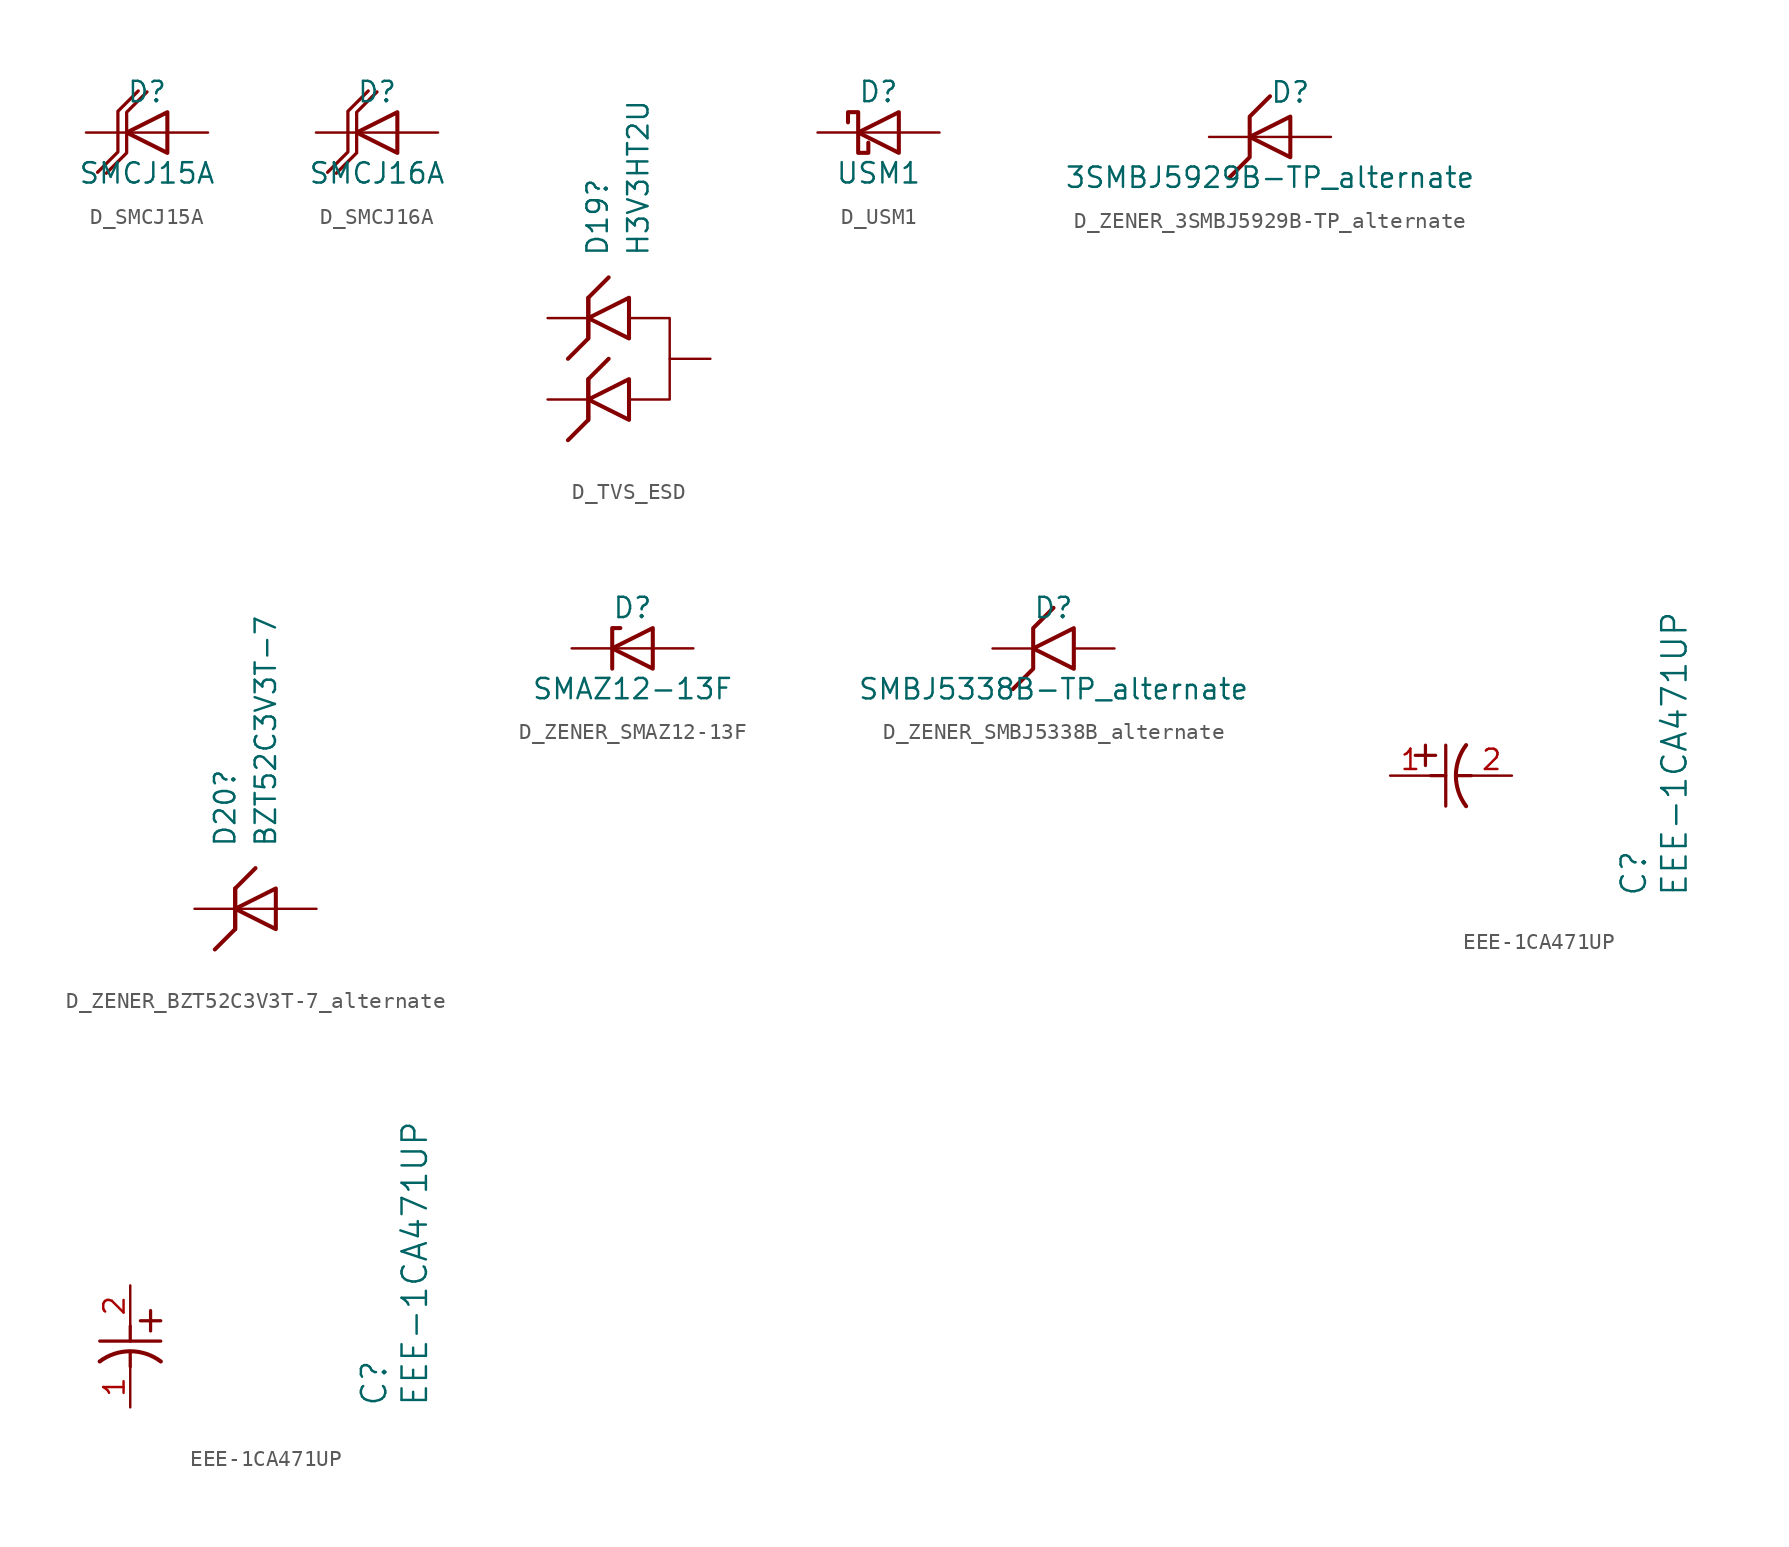
<source format=kicad_sym>
(kicad_symbol_lib
  (version 20241209)
  (generator "kicad_symbol_editor")
  (generator_version "9.0")
  (symbol "D_SMCJ15A"
    (pin_numbers
      (hide yes))
    (pin_names
      (offset 1.016)
      (hide yes))
    (property "Reference" "D"
      (at 0 2.54 0)
      (effects (font (size 1.27 1.27))))
    (property "Value" "SMCJ15A"
      (at 0 -2.54 0)
      (effects (font (size 1.27 1.27))))
    (symbol "D_SMCJ15A_0_1"
      (polyline (pts (xy 1.27 0) (xy -1.27 0)) (stroke (width 0) (type default)) (fill (type none)))
      (polyline (pts (xy 1.27 -1.27) (xy 1.27 1.27) (xy -1.27 0) (xy 1.27 -1.27)) (stroke (width 0.254) (type default)) (fill (type none))))
    (symbol "D_SMCJ15A_1_1"
      (polyline (pts (xy -0.547 2.598) (xy -1.817 1.328) (xy -1.817 0.058) (xy -1.817 -1.212) (xy -3.087 -2.482)) (stroke (width 0.203) (type solid)) (fill (type none)))
      (polyline (pts (xy 0 2.54) (xy -1.27 1.27) (xy -1.27 0) (xy -1.27 -1.27) (xy -2.54 -2.54)) (stroke (width 0.203) (type solid)) (fill (type none)))
      (pin passive line (at -3.81 0 0) (length 2.54) (name "K" (effects (font (size 1.27 1.27)))) (number "1" (effects (font (size 1.27 1.27)))))
      (pin passive line (at 3.81 0 180) (length 2.54) (name "A" (effects (font (size 1.27 1.27)))) (number "2" (effects (font (size 1.27 1.27)))))))
  (symbol "D_SMCJ16A"
    (pin_numbers
      (hide yes))
    (pin_names
      (offset 1.016)
      (hide yes))
    (property "Reference" "D"
      (at 0 2.54 0)
      (effects (font (size 1.27 1.27))))
    (property "Value" "SMCJ16A"
      (at 0 -2.54 0)
      (effects (font (size 1.27 1.27))))
    (symbol "D_SMCJ16A_0_1"
      (polyline (pts (xy 1.27 0) (xy -1.27 0)) (stroke (width 0) (type default)) (fill (type none)))
      (polyline (pts (xy 1.27 -1.27) (xy 1.27 1.27) (xy -1.27 0) (xy 1.27 -1.27)) (stroke (width 0.254) (type default)) (fill (type none))))
    (symbol "D_SMCJ16A_1_1"
      (polyline (pts (xy -0.547 2.598) (xy -1.817 1.328) (xy -1.817 0.058) (xy -1.817 -1.212) (xy -3.087 -2.482)) (stroke (width 0.203) (type solid)) (fill (type none)))
      (polyline (pts (xy 0 2.54) (xy -1.27 1.27) (xy -1.27 0) (xy -1.27 -1.27) (xy -2.54 -2.54)) (stroke (width 0.203) (type solid)) (fill (type none)))
      (pin passive line (at -3.81 0 0) (length 2.54) (name "K" (effects (font (size 1.27 1.27)))) (number "1" (effects (font (size 1.27 1.27)))))
      (pin passive line (at 3.81 0 180) (length 2.54) (name "A" (effects (font (size 1.27 1.27)))) (number "2" (effects (font (size 1.27 1.27)))))))
  (symbol "D_TVS_ESD"
    (pin_numbers
      (hide yes))
    (pin_names
      (offset 1.016)
      (hide yes))
    (property "Reference" "D19"
      (at -0.699 6.35 90)
      (effects (font (size 1.27 1.27)) (justify left)))
    (property "Value" "H3V3HT2U"
      (at 1.841 6.35 90)
      (effects (font (size 1.27 1.27)) (justify left)))
    (symbol "D_TVS_ESD_0_1"
      (polyline (pts (xy -1.27 3.81) (xy -1.27 1.27) (xy -2.54 0)) (stroke (width 0.254) (type default)) (fill (type none)))
      (polyline (pts (xy -1.27 1.27) (xy -1.27 3.81) (xy 0 5.08)) (stroke (width 0.254) (type default)) (fill (type none)))
      (polyline (pts (xy -1.27 -1.27) (xy -1.27 -3.81) (xy -2.54 -5.08)) (stroke (width 0.254) (type default)) (fill (type none)))
      (polyline (pts (xy -1.27 -3.81) (xy -1.27 -1.27) (xy 0 0)) (stroke (width 0.254) (type default)) (fill (type none)))
      (polyline (pts (xy 1.27 2.54) (xy 3.81 2.54) (xy 3.81 -2.54) (xy 1.27 -2.54)) (stroke (width 0) (type default)) (fill (type none)))
      (polyline (pts (xy 1.27 1.27) (xy 1.27 3.81) (xy -1.27 2.54) (xy 1.27 1.27)) (stroke (width 0.254) (type default)) (fill (type none)))
      (polyline (pts (xy 1.27 -3.81) (xy 1.27 -1.27) (xy -1.27 -2.54) (xy 1.27 -3.81)) (stroke (width 0.254) (type default)) (fill (type none))))
    (symbol "D_TVS_ESD_1_1"
      (pin passive line (at -3.81 2.54 0) (length 2.54) (name "~" (effects (font (size 1.27 1.27)))) (number "1" (effects (font (size 1.27 1.27)))))
      (pin passive line (at -3.81 -2.54 0) (length 2.54) (name "~" (effects (font (size 1.27 1.27)))) (number "2" (effects (font (size 1.27 1.27)))))
      (pin passive line (at 6.35 0 180) (length 2.54) (name "~" (effects (font (size 1.27 1.27)))) (number "3" (effects (font (size 1.27 1.27)))))))
  (symbol "D_USM1"
    (pin_numbers
      (hide yes))
    (pin_names
      (offset 1.016)
      (hide yes))
    (property "Reference" "D"
      (at 0 2.54 0)
      (effects (font (size 1.27 1.27))))
    (property "Value" "USM1"
      (at 0 -2.54 0)
      (effects (font (size 1.27 1.27))))
    (symbol "D_USM1_0_1"
      (polyline (pts (xy -1.905 0.635) (xy -1.905 1.27) (xy -1.27 1.27) (xy -1.27 -1.27) (xy -0.635 -1.27) (xy -0.635 -0.635)) (stroke (width 0.254) (type default)) (fill (type none)))
      (polyline (pts (xy 1.27 1.27) (xy 1.27 -1.27) (xy -1.27 0) (xy 1.27 1.27)) (stroke (width 0.254) (type default)) (fill (type none)))
      (polyline (pts (xy 1.27 0) (xy -1.27 0)) (stroke (width 0) (type default)) (fill (type none))))
    (symbol "D_USM1_1_1"
      (pin passive line (at -3.81 0 0) (length 2.54) (name "K" (effects (font (size 1.27 1.27)))) (number "1" (effects (font (size 1.27 1.27)))))
      (pin passive line (at 3.81 0 180) (length 2.54) (name "A" (effects (font (size 1.27 1.27)))) (number "2" (effects (font (size 1.27 1.27)))))))
  (symbol "D_ZENER_3SMBJ5929B-TP_alternate"
    (pin_numbers
      (hide yes))
    (pin_names
      (offset 1.016)
      (hide yes))
    (property "Reference" "D"
      (at 1.27 2.794 0)
      (effects (font (size 1.27 1.27))))
    (property "Value" "3SMBJ5929B-TP_alternate"
      (at 0 -2.54 0)
      (effects (font (size 1.27 1.27))))
    (symbol "D_ZENER_3SMBJ5929B-TP_alternate_0_1"
      (polyline (pts (xy 1.27 0) (xy -1.27 0)) (stroke (width 0) (type default)) (fill (type none)))
      (polyline (pts (xy 1.27 -1.27) (xy 1.27 1.27) (xy -1.27 0) (xy 1.27 -1.27)) (stroke (width 0.254) (type default)) (fill (type none))))
    (symbol "D_ZENER_3SMBJ5929B-TP_alternate_1_1"
      (polyline (pts (xy 0 2.54) (xy -1.27 1.27) (xy -1.27 0) (xy -1.27 -1.27) (xy -2.54 -2.54)) (stroke (width 0.254) (type solid)) (fill (type none)))
      (pin passive line (at -3.81 0 0) (length 2.54) (name "K" (effects (font (size 1.27 1.27)))) (number "1" (effects (font (size 1.27 1.27)))))
      (pin passive line (at 3.81 0 180) (length 2.54) (name "A" (effects (font (size 1.27 1.27)))) (number "2" (effects (font (size 1.27 1.27)))))))
  (symbol "D_ZENER_BZT52C3V3T-7_alternate"
    (pin_numbers
      (hide yes))
    (pin_names
      (offset 1.016)
      (hide yes))
    (property "Reference" "D20"
      (at -1.905 3.81 90)
      (effects (font (size 1.27 1.27)) (justify left)))
    (property "Value" "BZT52C3V3T-7"
      (at 0.635 3.81 90)
      (effects (font (size 1.27 1.27)) (justify left)))
    (symbol "D_ZENER_BZT52C3V3T-7_alternate_0_1"
      (polyline (pts (xy -1.27 1.27) (xy -1.27 -1.27) (xy -2.54 -2.54)) (stroke (width 0.254) (type default)) (fill (type none)))
      (polyline (pts (xy -1.27 -1.27) (xy -1.27 1.27) (xy 0 2.54)) (stroke (width 0.254) (type default)) (fill (type none)))
      (polyline (pts (xy 1.27 0) (xy -1.27 0)) (stroke (width 0) (type default)) (fill (type none)))
      (polyline (pts (xy 1.27 -1.27) (xy 1.27 1.27) (xy -1.27 0) (xy 1.27 -1.27)) (stroke (width 0.254) (type default)) (fill (type none))))
    (symbol "D_ZENER_BZT52C3V3T-7_alternate_1_1"
      (pin passive line (at -3.81 0 0) (length 2.54) (name "K" (effects (font (size 1.27 1.27)))) (number "1" (effects (font (size 1.27 1.27)))))
      (pin passive line (at 3.81 0 180) (length 2.54) (name "A" (effects (font (size 1.27 1.27)))) (number "2" (effects (font (size 1.27 1.27)))))))
  (symbol "D_ZENER_SMAZ12-13F"
    (pin_numbers
      (hide yes))
    (pin_names
      (offset 1.016)
      (hide yes))
    (property "Reference" "D"
      (at 0 2.54 0)
      (effects (font (size 1.27 1.27))))
    (property "Value" "SMAZ12-13F"
      (at 0 -2.54 0)
      (effects (font (size 1.27 1.27))))
    (symbol "D_ZENER_SMAZ12-13F_0_1"
      (polyline (pts (xy -1.27 -1.27) (xy -1.27 1.27) (xy -0.762 1.27)) (stroke (width 0.254) (type default)) (fill (type none)))
      (polyline (pts (xy 1.27 0) (xy -1.27 0)) (stroke (width 0) (type default)) (fill (type none)))
      (polyline (pts (xy 1.27 -1.27) (xy 1.27 1.27) (xy -1.27 0) (xy 1.27 -1.27)) (stroke (width 0.254) (type default)) (fill (type none))))
    (symbol "D_ZENER_SMAZ12-13F_1_1"
      (pin passive line (at -3.81 0 0) (length 2.54) (name "K" (effects (font (size 1.27 1.27)))) (number "1" (effects (font (size 1.27 1.27)))))
      (pin passive line (at 3.81 0 180) (length 2.54) (name "A" (effects (font (size 1.27 1.27)))) (number "2" (effects (font (size 1.27 1.27)))))))
  (symbol "D_ZENER_SMBJ5338B_alternate"
    (pin_numbers
      (hide yes))
    (pin_names
      (offset 1.016)
      (hide yes))
    (property "Reference" "D"
      (at 0 2.54 0)
      (effects (font (size 1.27 1.27))))
    (property "Value" "SMBJ5338B-TP_alternate"
      (at 0 -2.54 0)
      (effects (font (size 1.27 1.27))))
    (symbol "D_ZENER_SMBJ5338B_alternate_0_1"
      (polyline (pts (xy 1.27 -1.27) (xy 1.27 1.27) (xy -1.27 0) (xy 1.27 -1.27)) (stroke (width 0.254) (type default)) (fill (type none))))
    (symbol "D_ZENER_SMBJ5338B_alternate_1_1"
      (polyline (pts (xy 0 2.54) (xy -1.27 1.27) (xy -1.27 0) (xy -1.27 -1.27) (xy -2.54 -2.54)) (stroke (width 0.254) (type solid)) (fill (type none)))
      (pin passive line (at -3.81 0 0) (length 2.54) (name "K" (effects (font (size 1.27 1.27)))) (number "1" (effects (font (size 1.27 1.27)))))
      (pin passive line (at 3.81 0 180) (length 2.54) (name "A" (effects (font (size 1.27 1.27)))) (number "2" (effects (font (size 1.27 1.27)))))))
  (symbol "EEE-1CA471UP"
    (pin_names
      (offset 0.254))
    (property "Reference" "C"
      (at 15.24 -7.62 90)
      (effects (font (size 1.524 1.524)) (justify left)))
    (property "Value" "EEE-1CA471UP"
      (at 17.78 -7.62 90)
      (effects (font (size 1.524 1.524)) (justify left)))
    (symbol "EEE-1CA471UP_1_1"
      (polyline (pts (xy 1.575 1.27) (xy 2.845 1.27)) (stroke (width 0.203) (type default)) (fill (type none)))
      (polyline (pts (xy 2.21 0.635) (xy 2.21 1.905)) (stroke (width 0.203) (type default)) (fill (type none)))
      (polyline (pts (xy 2.54 0) (xy 3.48 0)) (stroke (width 0.203) (type default)) (fill (type none)))
      (polyline (pts (xy 3.48 -1.905) (xy 3.48 1.905)) (stroke (width 0.203) (type default)) (fill (type none)))
      (polyline (pts (xy 4.115 0) (xy 5.08 0)) (stroke (width 0.203) (type default)) (fill (type none)))
      (arc (start 4.7541 -1.9108) (mid 4.1148 0) (end 4.7541 1.9108) (stroke (width 0.254) (type default)) (fill (type none)))
      (pin unspecified line (at 0 0 0) (length 2.54) (name "" (effects (font (size 1.27 1.27)))) (number "1" (effects (font (size 1.27 1.27)))))
      (pin unspecified line (at 7.62 0 180) (length 2.54) (name "" (effects (font (size 1.27 1.27)))) (number "2" (effects (font (size 1.27 1.27))))))
    (symbol "EEE-1CA471UP_1_2"
      (polyline (pts (xy -1.905 -3.48) (xy 1.905 -3.48)) (stroke (width 0.203) (type default)) (fill (type none)))
      (polyline (pts (xy 0 -2.54) (xy 0 -3.48)) (stroke (width 0.203) (type default)) (fill (type none)))
      (polyline (pts (xy 0 -4.115) (xy 0 -5.08)) (stroke (width 0.203) (type default)) (fill (type none)))
      (arc (start -1.9108 -4.7541) (mid 0 -4.1148) (end 1.9108 -4.7541) (stroke (width 0.254) (type default)) (fill (type none)))
      (polyline (pts (xy 0.635 -2.21) (xy 1.905 -2.21)) (stroke (width 0.203) (type default)) (fill (type none)))
      (polyline (pts (xy 1.27 -1.575) (xy 1.27 -2.845)) (stroke (width 0.203) (type default)) (fill (type none)))
      (pin unspecified line (at 0 0 270) (length 2.54) (name "" (effects (font (size 1.27 1.27)))) (number "2" (effects (font (size 1.27 1.27)))))
      (pin unspecified line (at 0 -7.62 90) (length 2.54) (name "" (effects (font (size 1.27 1.27)))) (number "1" (effects (font (size 1.27 1.27))))))))
</source>
